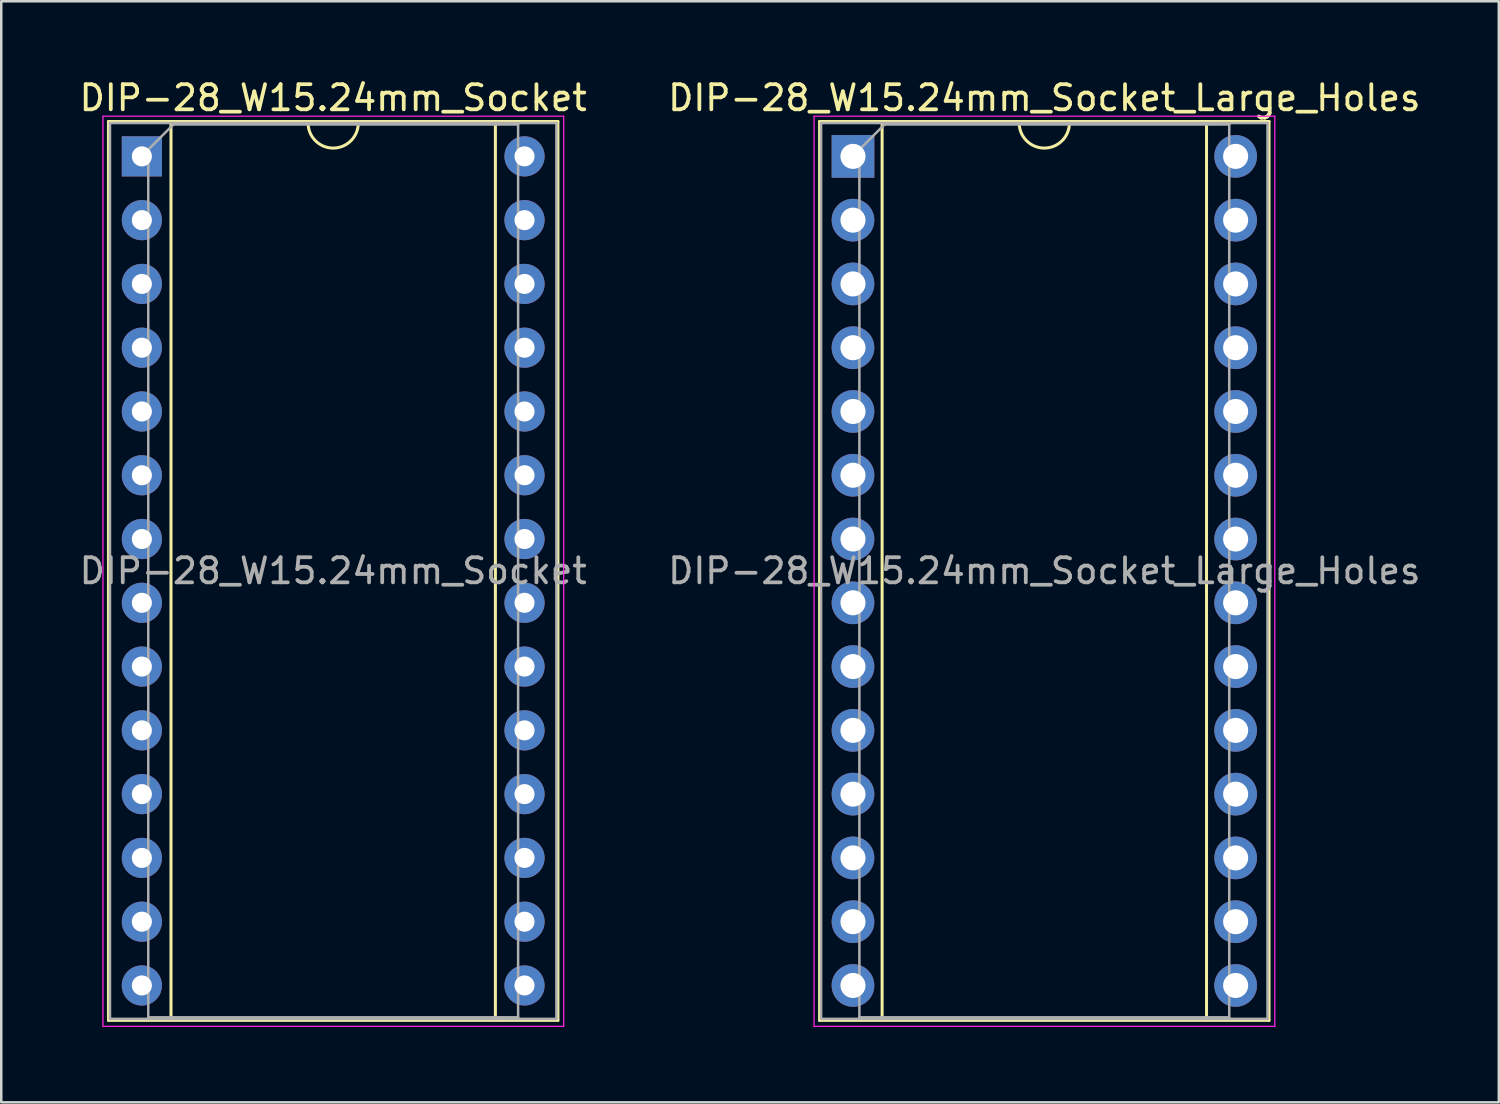
<source format=kicad_pcb>
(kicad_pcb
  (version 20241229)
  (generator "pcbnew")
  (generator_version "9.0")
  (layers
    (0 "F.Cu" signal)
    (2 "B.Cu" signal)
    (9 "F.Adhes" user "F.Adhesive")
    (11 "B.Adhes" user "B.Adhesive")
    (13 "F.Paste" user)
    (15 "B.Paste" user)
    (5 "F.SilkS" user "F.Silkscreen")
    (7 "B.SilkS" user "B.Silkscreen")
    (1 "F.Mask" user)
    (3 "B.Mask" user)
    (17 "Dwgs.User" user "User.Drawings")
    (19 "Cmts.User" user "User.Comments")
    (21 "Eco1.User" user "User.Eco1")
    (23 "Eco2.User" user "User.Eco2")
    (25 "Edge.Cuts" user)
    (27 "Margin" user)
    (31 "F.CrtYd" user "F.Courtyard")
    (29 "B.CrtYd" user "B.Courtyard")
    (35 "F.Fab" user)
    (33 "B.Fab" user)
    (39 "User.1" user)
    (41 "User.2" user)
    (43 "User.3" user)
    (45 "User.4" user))
  (footprint "DIP-28_W15.24mm_Socket_Large_Holes"
    (layer "F.Cu")
    (at 30.922 3.178)
    (property "Reference" "DIP-28_W15.24mm_Socket_Large_Holes" (at 7.62 -2.33 0) (layer "F.SilkS") (effects (font (size 1 1) (thickness 0.15))))
    (attr through_hole)
    (fp_line (start -1.33 -1.39) (end -1.33 34.41) (stroke (width 0.12) (type solid)) (layer "F.SilkS"))
    (fp_line (start -1.33 34.41) (end 16.57 34.41) (stroke (width 0.12) (type solid)) (layer "F.SilkS"))
    (fp_line (start 1.16 -1.33) (end 1.16 34.35) (stroke (width 0.12) (type solid)) (layer "F.SilkS"))
    (fp_line (start 1.16 34.35) (end 14.08 34.35) (stroke (width 0.12) (type solid)) (layer "F.SilkS"))
    (fp_line (start 6.62 -1.33) (end 1.16 -1.33) (stroke (width 0.12) (type solid)) (layer "F.SilkS"))
    (fp_line (start 14.08 -1.33) (end 8.62 -1.33) (stroke (width 0.12) (type solid)) (layer "F.SilkS"))
    (fp_line (start 14.08 34.35) (end 14.08 -1.33) (stroke (width 0.12) (type solid)) (layer "F.SilkS"))
    (fp_line (start 16.57 -1.39) (end -1.33 -1.39) (stroke (width 0.12) (type solid)) (layer "F.SilkS"))
    (fp_line (start 16.57 34.41) (end 16.57 -1.39) (stroke (width 0.12) (type solid)) (layer "F.SilkS"))
    (fp_arc (start 8.62 -1.33) (mid 7.62 -0.33) (end 6.62 -1.33) (stroke (width 0.12) (type solid)) (layer "F.SilkS"))
    (fp_line (start -1.55 -1.6) (end -1.55 34.65) (stroke (width 0.05) (type solid)) (layer "F.CrtYd"))
    (fp_line (start -1.55 34.65) (end 16.8 34.65) (stroke (width 0.05) (type solid)) (layer "F.CrtYd"))
    (fp_line (start 16.8 -1.6) (end -1.55 -1.6) (stroke (width 0.05) (type solid)) (layer "F.CrtYd"))
    (fp_line (start 16.8 34.65) (end 16.8 -1.6) (stroke (width 0.05) (type solid)) (layer "F.CrtYd"))
    (fp_line (start -1.27 -1.33) (end -1.27 34.35) (stroke (width 0.1) (type solid)) (layer "F.Fab"))
    (fp_line (start -1.27 34.35) (end 16.51 34.35) (stroke (width 0.1) (type solid)) (layer "F.Fab"))
    (fp_line (start 0.255 -0.27) (end 1.255 -1.27) (stroke (width 0.1) (type solid)) (layer "F.Fab"))
    (fp_line (start 0.255 34.29) (end 0.255 -0.27) (stroke (width 0.1) (type solid)) (layer "F.Fab"))
    (fp_line (start 1.255 -1.27) (end 14.985 -1.27) (stroke (width 0.1) (type solid)) (layer "F.Fab"))
    (fp_line (start 14.985 -1.27) (end 14.985 34.29) (stroke (width 0.1) (type solid)) (layer "F.Fab"))
    (fp_line (start 14.985 34.29) (end 0.255 34.29) (stroke (width 0.1) (type solid)) (layer "F.Fab"))
    (fp_line (start 16.51 -1.33) (end -1.27 -1.33) (stroke (width 0.1) (type solid)) (layer "F.Fab"))
    (fp_line (start 16.51 34.35) (end 16.51 -1.33) (stroke (width 0.1) (type solid)) (layer "F.Fab"))
    (fp_text user "${REFERENCE}" (at 7.62 16.51 0) (layer "F.Fab") (effects (font (size 1 1) (thickness 0.15))))
    (pad "1" thru_hole rect (at 0 0) (size 1.7 1.7) (drill 1) (layers "*.Cu" "*.Mask"))
    (pad "2" thru_hole oval (at 0 2.54) (size 1.7 1.7) (drill 1) (layers "*.Cu" "*.Mask"))
    (pad "3" thru_hole oval (at 0 5.08) (size 1.7 1.7) (drill 1) (layers "*.Cu" "*.Mask"))
    (pad "4" thru_hole oval (at 0 7.62) (size 1.7 1.7) (drill 1) (layers "*.Cu" "*.Mask"))
    (pad "5" thru_hole oval (at 0 10.16) (size 1.7 1.7) (drill 1) (layers "*.Cu" "*.Mask"))
    (pad "6" thru_hole oval (at 0 12.7) (size 1.7 1.7) (drill 1) (layers "*.Cu" "*.Mask"))
    (pad "7" thru_hole oval (at 0 15.24) (size 1.7 1.7) (drill 1) (layers "*.Cu" "*.Mask"))
    (pad "8" thru_hole oval (at 0 17.78) (size 1.7 1.7) (drill 1) (layers "*.Cu" "*.Mask"))
    (pad "9" thru_hole oval (at 0 20.32) (size 1.7 1.7) (drill 1) (layers "*.Cu" "*.Mask"))
    (pad "10" thru_hole oval (at 0 22.86) (size 1.7 1.7) (drill 1) (layers "*.Cu" "*.Mask"))
    (pad "11" thru_hole oval (at 0 25.4) (size 1.7 1.7) (drill 1) (layers "*.Cu" "*.Mask"))
    (pad "12" thru_hole oval (at 0 27.94) (size 1.7 1.7) (drill 1) (layers "*.Cu" "*.Mask"))
    (pad "13" thru_hole oval (at 0 30.48) (size 1.7 1.7) (drill 1) (layers "*.Cu" "*.Mask"))
    (pad "14" thru_hole oval (at 0 33.02) (size 1.7 1.7) (drill 1) (layers "*.Cu" "*.Mask"))
    (pad "15" thru_hole oval (at 15.24 33.02) (size 1.7 1.7) (drill 1) (layers "*.Cu" "*.Mask"))
    (pad "16" thru_hole oval (at 15.24 30.48) (size 1.7 1.7) (drill 1) (layers "*.Cu" "*.Mask"))
    (pad "17" thru_hole oval (at 15.24 27.94) (size 1.7 1.7) (drill 1) (layers "*.Cu" "*.Mask"))
    (pad "18" thru_hole oval (at 15.24 25.4) (size 1.7 1.7) (drill 1) (layers "*.Cu" "*.Mask"))
    (pad "19" thru_hole oval (at 15.24 22.86) (size 1.7 1.7) (drill 1) (layers "*.Cu" "*.Mask"))
    (pad "20" thru_hole oval (at 15.24 20.32) (size 1.7 1.7) (drill 1) (layers "*.Cu" "*.Mask"))
    (pad "21" thru_hole oval (at 15.24 17.78) (size 1.7 1.7) (drill 1) (layers "*.Cu" "*.Mask"))
    (pad "22" thru_hole oval (at 15.24 15.24) (size 1.7 1.7) (drill 1) (layers "*.Cu" "*.Mask"))
    (pad "23" thru_hole oval (at 15.24 12.7) (size 1.7 1.7) (drill 1) (layers "*.Cu" "*.Mask"))
    (pad "24" thru_hole oval (at 15.24 10.16) (size 1.7 1.7) (drill 1) (layers "*.Cu" "*.Mask"))
    (pad "25" thru_hole oval (at 15.24 7.62) (size 1.7 1.7) (drill 1) (layers "*.Cu" "*.Mask"))
    (pad "26" thru_hole oval (at 15.24 5.08) (size 1.7 1.7) (drill 1) (layers "*.Cu" "*.Mask"))
    (pad "27" thru_hole oval (at 15.24 2.54) (size 1.7 1.7) (drill 1) (layers "*.Cu" "*.Mask"))
    (pad "28" thru_hole oval (at 15.24 0) (size 1.7 1.7) (drill 1) (layers "*.Cu" "*.Mask")))
  (footprint "DIP-28_W15.24mm_Socket"
    (layer "F.Cu")
    (at 2.6 3.178)
    (property "Reference" "DIP-28_W15.24mm_Socket" (at 7.62 -2.33 0) (layer "F.SilkS") (effects (font (size 1 1) (thickness 0.15))))
    (attr through_hole)
    (fp_line (start -1.33 -1.39) (end -1.33 34.41) (stroke (width 0.12) (type solid)) (layer "F.SilkS"))
    (fp_line (start -1.33 34.41) (end 16.57 34.41) (stroke (width 0.12) (type solid)) (layer "F.SilkS"))
    (fp_line (start 1.16 -1.33) (end 1.16 34.35) (stroke (width 0.12) (type solid)) (layer "F.SilkS"))
    (fp_line (start 1.16 34.35) (end 14.08 34.35) (stroke (width 0.12) (type solid)) (layer "F.SilkS"))
    (fp_line (start 6.62 -1.33) (end 1.16 -1.33) (stroke (width 0.12) (type solid)) (layer "F.SilkS"))
    (fp_line (start 14.08 -1.33) (end 8.62 -1.33) (stroke (width 0.12) (type solid)) (layer "F.SilkS"))
    (fp_line (start 14.08 34.35) (end 14.08 -1.33) (stroke (width 0.12) (type solid)) (layer "F.SilkS"))
    (fp_line (start 16.57 -1.39) (end -1.33 -1.39) (stroke (width 0.12) (type solid)) (layer "F.SilkS"))
    (fp_line (start 16.57 34.41) (end 16.57 -1.39) (stroke (width 0.12) (type solid)) (layer "F.SilkS"))
    (fp_arc (start 8.62 -1.33) (mid 7.62 -0.33) (end 6.62 -1.33) (stroke (width 0.12) (type solid)) (layer "F.SilkS"))
    (fp_line (start -1.55 -1.6) (end -1.55 34.65) (stroke (width 0.05) (type solid)) (layer "F.CrtYd"))
    (fp_line (start -1.55 34.65) (end 16.8 34.65) (stroke (width 0.05) (type solid)) (layer "F.CrtYd"))
    (fp_line (start 16.8 -1.6) (end -1.55 -1.6) (stroke (width 0.05) (type solid)) (layer "F.CrtYd"))
    (fp_line (start 16.8 34.65) (end 16.8 -1.6) (stroke (width 0.05) (type solid)) (layer "F.CrtYd"))
    (fp_line (start -1.27 -1.33) (end -1.27 34.35) (stroke (width 0.1) (type solid)) (layer "F.Fab"))
    (fp_line (start -1.27 34.35) (end 16.51 34.35) (stroke (width 0.1) (type solid)) (layer "F.Fab"))
    (fp_line (start 0.255 -0.27) (end 1.255 -1.27) (stroke (width 0.1) (type solid)) (layer "F.Fab"))
    (fp_line (start 0.255 34.29) (end 0.255 -0.27) (stroke (width 0.1) (type solid)) (layer "F.Fab"))
    (fp_line (start 1.255 -1.27) (end 14.985 -1.27) (stroke (width 0.1) (type solid)) (layer "F.Fab"))
    (fp_line (start 14.985 -1.27) (end 14.985 34.29) (stroke (width 0.1) (type solid)) (layer "F.Fab"))
    (fp_line (start 14.985 34.29) (end 0.255 34.29) (stroke (width 0.1) (type solid)) (layer "F.Fab"))
    (fp_line (start 16.51 -1.33) (end -1.27 -1.33) (stroke (width 0.1) (type solid)) (layer "F.Fab"))
    (fp_line (start 16.51 34.35) (end 16.51 -1.33) (stroke (width 0.1) (type solid)) (layer "F.Fab"))
    (fp_text user "${REFERENCE}" (at 7.62 16.51 0) (layer "F.Fab") (effects (font (size 1 1) (thickness 0.15))))
    (pad "1" thru_hole rect (at 0 0) (size 1.6 1.6) (drill 0.8) (layers "*.Cu" "*.Mask"))
    (pad "2" thru_hole oval (at 0 2.54) (size 1.6 1.6) (drill 0.8) (layers "*.Cu" "*.Mask"))
    (pad "3" thru_hole oval (at 0 5.08) (size 1.6 1.6) (drill 0.8) (layers "*.Cu" "*.Mask"))
    (pad "4" thru_hole oval (at 0 7.62) (size 1.6 1.6) (drill 0.8) (layers "*.Cu" "*.Mask"))
    (pad "5" thru_hole oval (at 0 10.16) (size 1.6 1.6) (drill 0.8) (layers "*.Cu" "*.Mask"))
    (pad "6" thru_hole oval (at 0 12.7) (size 1.6 1.6) (drill 0.8) (layers "*.Cu" "*.Mask"))
    (pad "7" thru_hole oval (at 0 15.24) (size 1.6 1.6) (drill 0.8) (layers "*.Cu" "*.Mask"))
    (pad "8" thru_hole oval (at 0 17.78) (size 1.6 1.6) (drill 0.8) (layers "*.Cu" "*.Mask"))
    (pad "9" thru_hole oval (at 0 20.32) (size 1.6 1.6) (drill 0.8) (layers "*.Cu" "*.Mask"))
    (pad "10" thru_hole oval (at 0 22.86) (size 1.6 1.6) (drill 0.8) (layers "*.Cu" "*.Mask"))
    (pad "11" thru_hole oval (at 0 25.4) (size 1.6 1.6) (drill 0.8) (layers "*.Cu" "*.Mask"))
    (pad "12" thru_hole oval (at 0 27.94) (size 1.6 1.6) (drill 0.8) (layers "*.Cu" "*.Mask"))
    (pad "13" thru_hole oval (at 0 30.48) (size 1.6 1.6) (drill 0.8) (layers "*.Cu" "*.Mask"))
    (pad "14" thru_hole oval (at 0 33.02) (size 1.6 1.6) (drill 0.8) (layers "*.Cu" "*.Mask"))
    (pad "15" thru_hole oval (at 15.24 33.02) (size 1.6 1.6) (drill 0.8) (layers "*.Cu" "*.Mask"))
    (pad "16" thru_hole oval (at 15.24 30.48) (size 1.6 1.6) (drill 0.8) (layers "*.Cu" "*.Mask"))
    (pad "17" thru_hole oval (at 15.24 27.94) (size 1.6 1.6) (drill 0.8) (layers "*.Cu" "*.Mask"))
    (pad "18" thru_hole oval (at 15.24 25.4) (size 1.6 1.6) (drill 0.8) (layers "*.Cu" "*.Mask"))
    (pad "19" thru_hole oval (at 15.24 22.86) (size 1.6 1.6) (drill 0.8) (layers "*.Cu" "*.Mask"))
    (pad "20" thru_hole oval (at 15.24 20.32) (size 1.6 1.6) (drill 0.8) (layers "*.Cu" "*.Mask"))
    (pad "21" thru_hole oval (at 15.24 17.78) (size 1.6 1.6) (drill 0.8) (layers "*.Cu" "*.Mask"))
    (pad "22" thru_hole oval (at 15.24 15.24) (size 1.6 1.6) (drill 0.8) (layers "*.Cu" "*.Mask"))
    (pad "23" thru_hole oval (at 15.24 12.7) (size 1.6 1.6) (drill 0.8) (layers "*.Cu" "*.Mask"))
    (pad "24" thru_hole oval (at 15.24 10.16) (size 1.6 1.6) (drill 0.8) (layers "*.Cu" "*.Mask"))
    (pad "25" thru_hole oval (at 15.24 7.62) (size 1.6 1.6) (drill 0.8) (layers "*.Cu" "*.Mask"))
    (pad "26" thru_hole oval (at 15.24 5.08) (size 1.6 1.6) (drill 0.8) (layers "*.Cu" "*.Mask"))
    (pad "27" thru_hole oval (at 15.24 2.54) (size 1.6 1.6) (drill 0.8) (layers "*.Cu" "*.Mask"))
    (pad "28" thru_hole oval (at 15.24 0) (size 1.6 1.6) (drill 0.8) (layers "*.Cu" "*.Mask")))
  (gr_rect
    (start -3 -3)
    (end 56.643 40.853)
    (stroke (width 0.1) (type default))
    (fill no)
    (layer "Edge.Cuts")))
</source>
